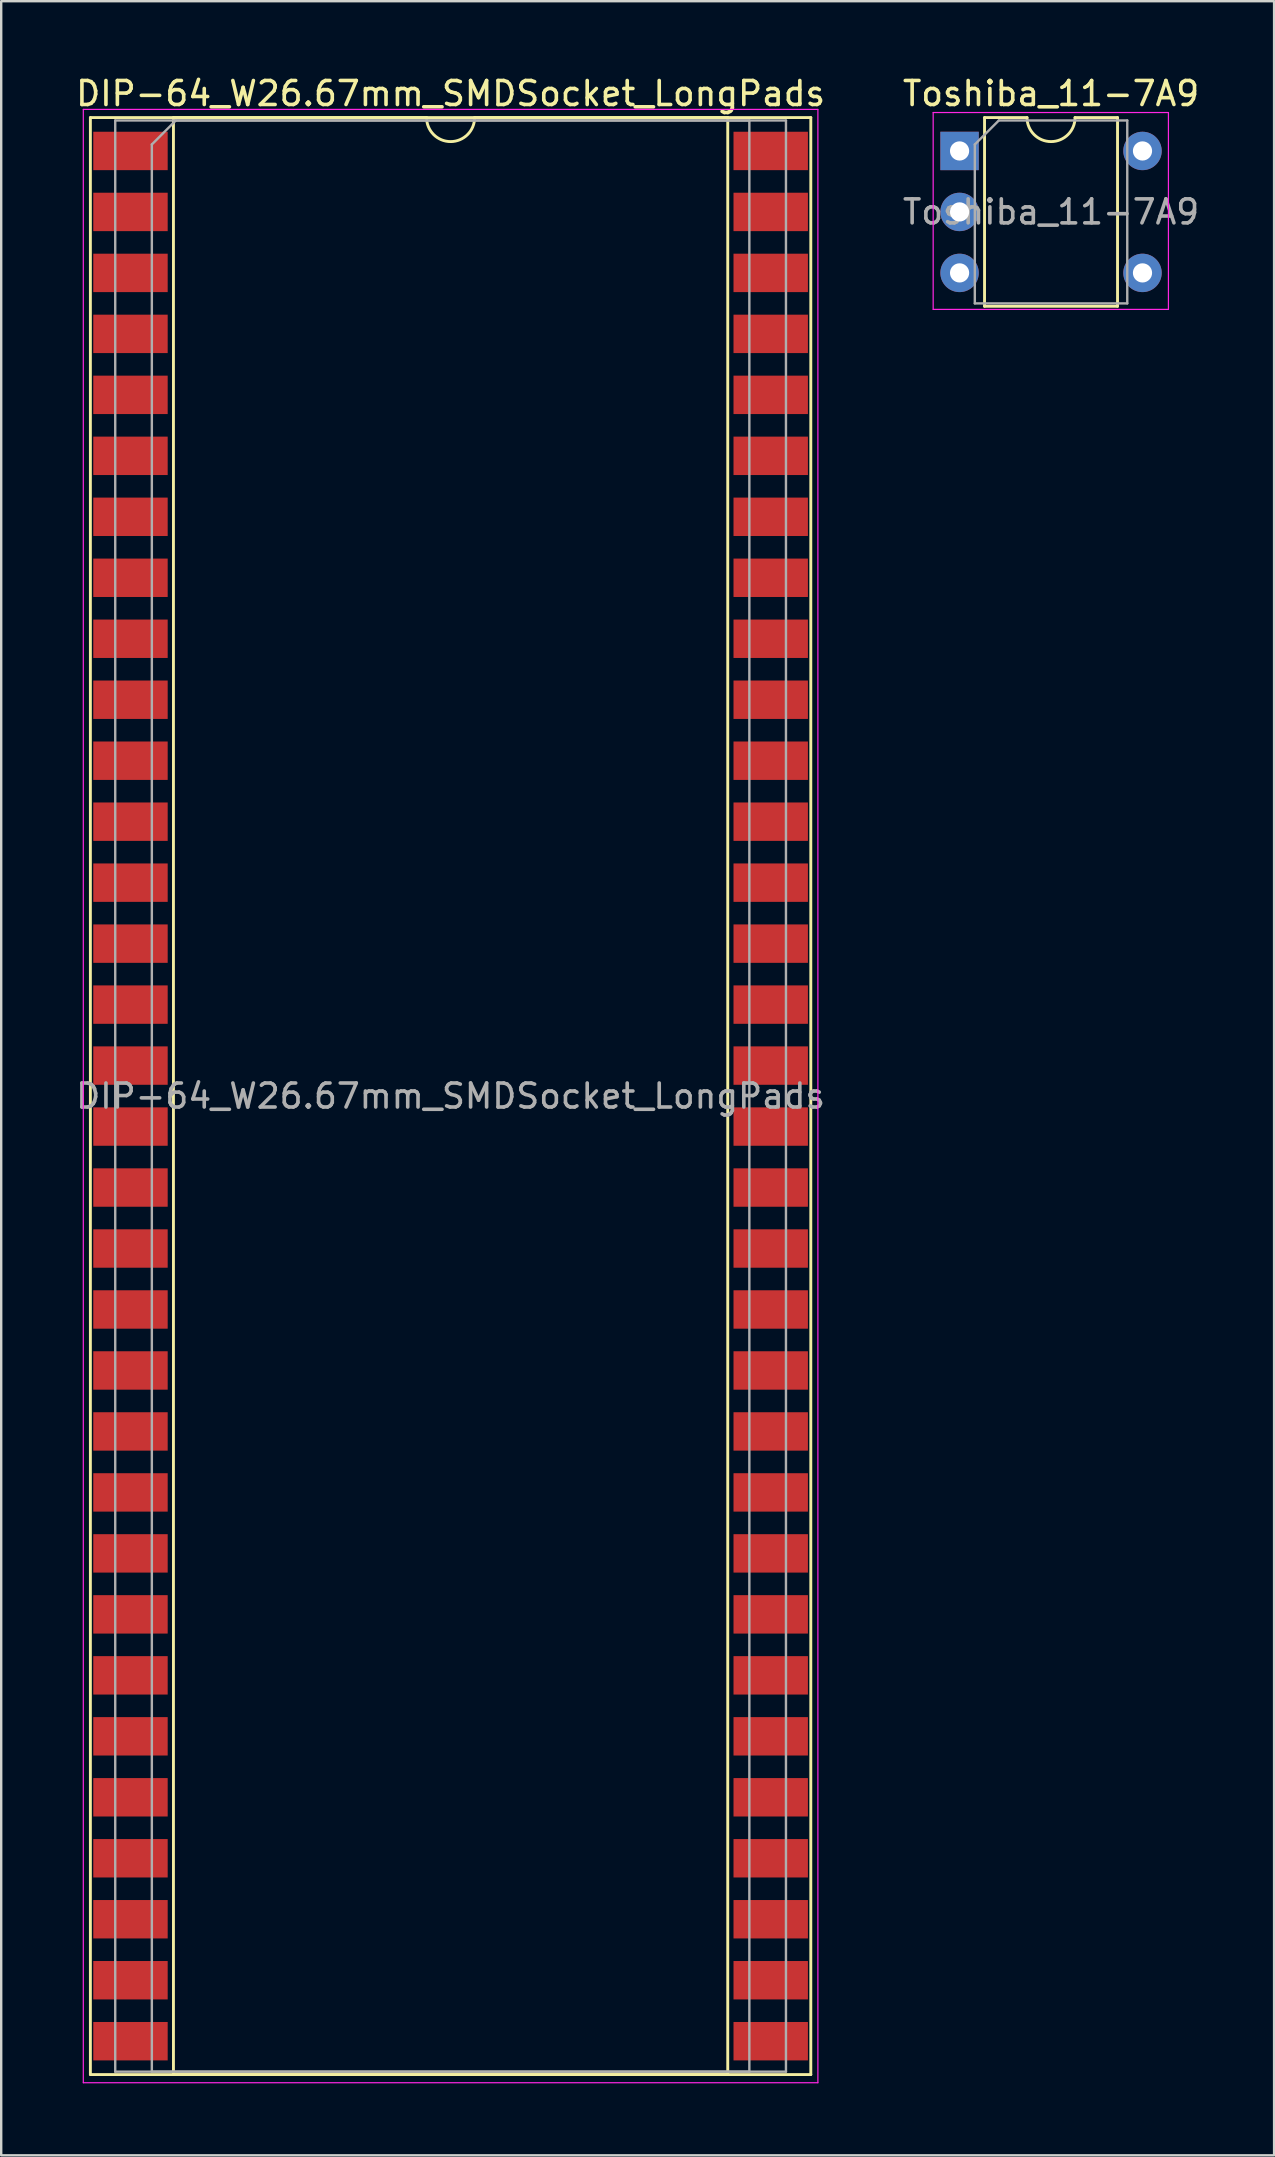
<source format=kicad_pcb>
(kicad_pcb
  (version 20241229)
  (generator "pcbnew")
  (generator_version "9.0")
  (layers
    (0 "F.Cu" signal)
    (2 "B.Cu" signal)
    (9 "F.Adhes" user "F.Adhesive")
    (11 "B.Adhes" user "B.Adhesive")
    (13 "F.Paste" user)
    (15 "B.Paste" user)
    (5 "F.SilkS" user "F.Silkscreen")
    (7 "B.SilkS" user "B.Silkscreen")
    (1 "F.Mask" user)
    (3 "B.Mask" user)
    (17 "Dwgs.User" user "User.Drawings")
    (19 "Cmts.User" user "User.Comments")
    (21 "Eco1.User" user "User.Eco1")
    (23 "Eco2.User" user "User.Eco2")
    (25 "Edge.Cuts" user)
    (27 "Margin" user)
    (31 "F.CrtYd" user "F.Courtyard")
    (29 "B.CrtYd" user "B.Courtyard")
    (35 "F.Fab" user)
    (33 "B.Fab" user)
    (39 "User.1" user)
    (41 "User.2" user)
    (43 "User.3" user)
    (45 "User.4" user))
  (footprint "Toshiba_11-7A9"
    (layer "F.Cu")
    (at 36.922 3.238)
    (property "Reference" "Toshiba_11-7A9" (at 3.81 -2.39 0) (layer "F.SilkS") (effects (font (size 1 1) (thickness 0.15))))
    (attr through_hole)
    (fp_line (start 1.04 -1.39) (end 1.04 6.47) (stroke (width 0.12) (type solid)) (layer "F.SilkS"))
    (fp_line (start 1.04 6.47) (end 6.58 6.47) (stroke (width 0.12) (type solid)) (layer "F.SilkS"))
    (fp_line (start 2.81 -1.39) (end 1.04 -1.39) (stroke (width 0.12) (type solid)) (layer "F.SilkS"))
    (fp_line (start 6.58 -1.39) (end 4.81 -1.39) (stroke (width 0.12) (type solid)) (layer "F.SilkS"))
    (fp_line (start 6.58 6.47) (end 6.58 -1.39) (stroke (width 0.12) (type solid)) (layer "F.SilkS"))
    (fp_arc (start 4.81 -1.39) (mid 3.81 -0.39) (end 2.81 -1.39) (stroke (width 0.12) (type solid)) (layer "F.SilkS"))
    (fp_line (start -1.1 -1.6) (end -1.1 6.6) (stroke (width 0.05) (type solid)) (layer "F.CrtYd"))
    (fp_line (start -1.1 6.6) (end 8.7 6.6) (stroke (width 0.05) (type solid)) (layer "F.CrtYd"))
    (fp_line (start 8.7 -1.6) (end -1.1 -1.6) (stroke (width 0.05) (type solid)) (layer "F.CrtYd"))
    (fp_line (start 8.7 6.6) (end 8.7 -1.6) (stroke (width 0.05) (type solid)) (layer "F.CrtYd"))
    (fp_line (start 0.635 -0.27) (end 1.635 -1.27) (stroke (width 0.1) (type solid)) (layer "F.Fab"))
    (fp_line (start 0.635 6.35) (end 0.635 -0.27) (stroke (width 0.1) (type solid)) (layer "F.Fab"))
    (fp_line (start 1.635 -1.27) (end 6.985 -1.27) (stroke (width 0.1) (type solid)) (layer "F.Fab"))
    (fp_line (start 6.985 -1.27) (end 6.985 6.35) (stroke (width 0.1) (type solid)) (layer "F.Fab"))
    (fp_line (start 6.985 6.35) (end 0.635 6.35) (stroke (width 0.1) (type solid)) (layer "F.Fab"))
    (fp_text user "${REFERENCE}" (at 3.81 2.54 0) (layer "F.Fab") (effects (font (size 1 1) (thickness 0.15))))
    (pad "1" thru_hole rect (at 0 0) (size 1.6 1.6) (drill 0.8) (layers "*.Cu" "*.Mask"))
    (pad "2" thru_hole oval (at 0 2.54) (size 1.6 1.6) (drill 0.8) (layers "*.Cu" "*.Mask"))
    (pad "3" thru_hole oval (at 0 5.08) (size 1.6 1.6) (drill 0.8) (layers "*.Cu" "*.Mask"))
    (pad "4" thru_hole oval (at 7.62 5.08) (size 1.6 1.6) (drill 0.8) (layers "*.Cu" "*.Mask"))
    (pad "6" thru_hole oval (at 7.62 0) (size 1.6 1.6) (drill 0.8) (layers "*.Cu" "*.Mask")))
  (footprint "DIP-64_W26.67mm_SMDSocket_LongPads"
    (layer "F.Cu")
    (at 15.72 42.608)
    (property "Reference" "DIP-64_W26.67mm_SMDSocket_LongPads" (at 0 -41.76 0) (layer "F.SilkS") (effects (font (size 1 1) (thickness 0.15))))
    (attr smd)
    (fp_line (start -15.005 -40.76) (end -15.005 40.76) (stroke (width 0.12) (type solid)) (layer "F.SilkS"))
    (fp_line (start -15.005 40.76) (end 15.005 40.76) (stroke (width 0.12) (type solid)) (layer "F.SilkS"))
    (fp_line (start -11.545 -40.76) (end -11.545 40.76) (stroke (width 0.12) (type solid)) (layer "F.SilkS"))
    (fp_line (start -11.545 40.76) (end 11.545 40.76) (stroke (width 0.12) (type solid)) (layer "F.SilkS"))
    (fp_line (start -1 -40.76) (end -11.545 -40.76) (stroke (width 0.12) (type solid)) (layer "F.SilkS"))
    (fp_line (start 11.545 -40.76) (end 1 -40.76) (stroke (width 0.12) (type solid)) (layer "F.SilkS"))
    (fp_line (start 11.545 40.76) (end 11.545 -40.76) (stroke (width 0.12) (type solid)) (layer "F.SilkS"))
    (fp_line (start 15.005 -40.76) (end -15.005 -40.76) (stroke (width 0.12) (type solid)) (layer "F.SilkS"))
    (fp_line (start 15.005 40.76) (end 15.005 -40.76) (stroke (width 0.12) (type solid)) (layer "F.SilkS"))
    (fp_arc (start 1 -40.76) (mid 0 -39.76) (end -1 -40.76) (stroke (width 0.12) (type solid)) (layer "F.SilkS"))
    (fp_line (start -15.3 -41.1) (end -15.3 41.1) (stroke (width 0.05) (type solid)) (layer "F.CrtYd"))
    (fp_line (start -15.3 41.1) (end 15.3 41.1) (stroke (width 0.05) (type solid)) (layer "F.CrtYd"))
    (fp_line (start 15.3 -41.1) (end -15.3 -41.1) (stroke (width 0.05) (type solid)) (layer "F.CrtYd"))
    (fp_line (start 15.3 41.1) (end 15.3 -41.1) (stroke (width 0.05) (type solid)) (layer "F.CrtYd"))
    (fp_line (start -13.97 -40.64) (end -13.97 40.64) (stroke (width 0.1) (type solid)) (layer "F.Fab"))
    (fp_line (start -13.97 40.64) (end 13.97 40.64) (stroke (width 0.1) (type solid)) (layer "F.Fab"))
    (fp_line (start -12.445 -39.64) (end -11.445 -40.64) (stroke (width 0.1) (type solid)) (layer "F.Fab"))
    (fp_line (start -12.445 40.64) (end -12.445 -39.64) (stroke (width 0.1) (type solid)) (layer "F.Fab"))
    (fp_line (start -11.445 -40.64) (end 12.445 -40.64) (stroke (width 0.1) (type solid)) (layer "F.Fab"))
    (fp_line (start 12.445 -40.64) (end 12.445 40.64) (stroke (width 0.1) (type solid)) (layer "F.Fab"))
    (fp_line (start 12.445 40.64) (end -12.445 40.64) (stroke (width 0.1) (type solid)) (layer "F.Fab"))
    (fp_line (start 13.97 -40.64) (end -13.97 -40.64) (stroke (width 0.1) (type solid)) (layer "F.Fab"))
    (fp_line (start 13.97 40.64) (end 13.97 -40.64) (stroke (width 0.1) (type solid)) (layer "F.Fab"))
    (fp_text user "${REFERENCE}" (at 0 0 0) (layer "F.Fab") (effects (font (size 1 1) (thickness 0.15))))
    (pad "1" smd rect (at -13.335 -39.37) (size 3.1 1.6) (layers "F.Cu" "F.Mask" "F.Paste"))
    (pad "2" smd rect (at -13.335 -36.83) (size 3.1 1.6) (layers "F.Cu" "F.Mask" "F.Paste"))
    (pad "3" smd rect (at -13.335 -34.29) (size 3.1 1.6) (layers "F.Cu" "F.Mask" "F.Paste"))
    (pad "4" smd rect (at -13.335 -31.75) (size 3.1 1.6) (layers "F.Cu" "F.Mask" "F.Paste"))
    (pad "5" smd rect (at -13.335 -29.21) (size 3.1 1.6) (layers "F.Cu" "F.Mask" "F.Paste"))
    (pad "6" smd rect (at -13.335 -26.67) (size 3.1 1.6) (layers "F.Cu" "F.Mask" "F.Paste"))
    (pad "7" smd rect (at -13.335 -24.13) (size 3.1 1.6) (layers "F.Cu" "F.Mask" "F.Paste"))
    (pad "8" smd rect (at -13.335 -21.59) (size 3.1 1.6) (layers "F.Cu" "F.Mask" "F.Paste"))
    (pad "9" smd rect (at -13.335 -19.05) (size 3.1 1.6) (layers "F.Cu" "F.Mask" "F.Paste"))
    (pad "10" smd rect (at -13.335 -16.51) (size 3.1 1.6) (layers "F.Cu" "F.Mask" "F.Paste"))
    (pad "11" smd rect (at -13.335 -13.97) (size 3.1 1.6) (layers "F.Cu" "F.Mask" "F.Paste"))
    (pad "12" smd rect (at -13.335 -11.43) (size 3.1 1.6) (layers "F.Cu" "F.Mask" "F.Paste"))
    (pad "13" smd rect (at -13.335 -8.89) (size 3.1 1.6) (layers "F.Cu" "F.Mask" "F.Paste"))
    (pad "14" smd rect (at -13.335 -6.35) (size 3.1 1.6) (layers "F.Cu" "F.Mask" "F.Paste"))
    (pad "15" smd rect (at -13.335 -3.81) (size 3.1 1.6) (layers "F.Cu" "F.Mask" "F.Paste"))
    (pad "16" smd rect (at -13.335 -1.27) (size 3.1 1.6) (layers "F.Cu" "F.Mask" "F.Paste"))
    (pad "17" smd rect (at -13.335 1.27) (size 3.1 1.6) (layers "F.Cu" "F.Mask" "F.Paste"))
    (pad "18" smd rect (at -13.335 3.81) (size 3.1 1.6) (layers "F.Cu" "F.Mask" "F.Paste"))
    (pad "19" smd rect (at -13.335 6.35) (size 3.1 1.6) (layers "F.Cu" "F.Mask" "F.Paste"))
    (pad "20" smd rect (at -13.335 8.89) (size 3.1 1.6) (layers "F.Cu" "F.Mask" "F.Paste"))
    (pad "21" smd rect (at -13.335 11.43) (size 3.1 1.6) (layers "F.Cu" "F.Mask" "F.Paste"))
    (pad "22" smd rect (at -13.335 13.97) (size 3.1 1.6) (layers "F.Cu" "F.Mask" "F.Paste"))
    (pad "23" smd rect (at -13.335 16.51) (size 3.1 1.6) (layers "F.Cu" "F.Mask" "F.Paste"))
    (pad "24" smd rect (at -13.335 19.05) (size 3.1 1.6) (layers "F.Cu" "F.Mask" "F.Paste"))
    (pad "25" smd rect (at -13.335 21.59) (size 3.1 1.6) (layers "F.Cu" "F.Mask" "F.Paste"))
    (pad "26" smd rect (at -13.335 24.13) (size 3.1 1.6) (layers "F.Cu" "F.Mask" "F.Paste"))
    (pad "27" smd rect (at -13.335 26.67) (size 3.1 1.6) (layers "F.Cu" "F.Mask" "F.Paste"))
    (pad "28" smd rect (at -13.335 29.21) (size 3.1 1.6) (layers "F.Cu" "F.Mask" "F.Paste"))
    (pad "29" smd rect (at -13.335 31.75) (size 3.1 1.6) (layers "F.Cu" "F.Mask" "F.Paste"))
    (pad "30" smd rect (at -13.335 34.29) (size 3.1 1.6) (layers "F.Cu" "F.Mask" "F.Paste"))
    (pad "31" smd rect (at -13.335 36.83) (size 3.1 1.6) (layers "F.Cu" "F.Mask" "F.Paste"))
    (pad "32" smd rect (at -13.335 39.37) (size 3.1 1.6) (layers "F.Cu" "F.Mask" "F.Paste"))
    (pad "33" smd rect (at 13.335 39.37) (size 3.1 1.6) (layers "F.Cu" "F.Mask" "F.Paste"))
    (pad "34" smd rect (at 13.335 36.83) (size 3.1 1.6) (layers "F.Cu" "F.Mask" "F.Paste"))
    (pad "35" smd rect (at 13.335 34.29) (size 3.1 1.6) (layers "F.Cu" "F.Mask" "F.Paste"))
    (pad "36" smd rect (at 13.335 31.75) (size 3.1 1.6) (layers "F.Cu" "F.Mask" "F.Paste"))
    (pad "37" smd rect (at 13.335 29.21) (size 3.1 1.6) (layers "F.Cu" "F.Mask" "F.Paste"))
    (pad "38" smd rect (at 13.335 26.67) (size 3.1 1.6) (layers "F.Cu" "F.Mask" "F.Paste"))
    (pad "39" smd rect (at 13.335 24.13) (size 3.1 1.6) (layers "F.Cu" "F.Mask" "F.Paste"))
    (pad "40" smd rect (at 13.335 21.59) (size 3.1 1.6) (layers "F.Cu" "F.Mask" "F.Paste"))
    (pad "41" smd rect (at 13.335 19.05) (size 3.1 1.6) (layers "F.Cu" "F.Mask" "F.Paste"))
    (pad "42" smd rect (at 13.335 16.51) (size 3.1 1.6) (layers "F.Cu" "F.Mask" "F.Paste"))
    (pad "43" smd rect (at 13.335 13.97) (size 3.1 1.6) (layers "F.Cu" "F.Mask" "F.Paste"))
    (pad "44" smd rect (at 13.335 11.43) (size 3.1 1.6) (layers "F.Cu" "F.Mask" "F.Paste"))
    (pad "45" smd rect (at 13.335 8.89) (size 3.1 1.6) (layers "F.Cu" "F.Mask" "F.Paste"))
    (pad "46" smd rect (at 13.335 6.35) (size 3.1 1.6) (layers "F.Cu" "F.Mask" "F.Paste"))
    (pad "47" smd rect (at 13.335 3.81) (size 3.1 1.6) (layers "F.Cu" "F.Mask" "F.Paste"))
    (pad "48" smd rect (at 13.335 1.27) (size 3.1 1.6) (layers "F.Cu" "F.Mask" "F.Paste"))
    (pad "49" smd rect (at 13.335 -1.27) (size 3.1 1.6) (layers "F.Cu" "F.Mask" "F.Paste"))
    (pad "50" smd rect (at 13.335 -3.81) (size 3.1 1.6) (layers "F.Cu" "F.Mask" "F.Paste"))
    (pad "51" smd rect (at 13.335 -6.35) (size 3.1 1.6) (layers "F.Cu" "F.Mask" "F.Paste"))
    (pad "52" smd rect (at 13.335 -8.89) (size 3.1 1.6) (layers "F.Cu" "F.Mask" "F.Paste"))
    (pad "53" smd rect (at 13.335 -11.43) (size 3.1 1.6) (layers "F.Cu" "F.Mask" "F.Paste"))
    (pad "54" smd rect (at 13.335 -13.97) (size 3.1 1.6) (layers "F.Cu" "F.Mask" "F.Paste"))
    (pad "55" smd rect (at 13.335 -16.51) (size 3.1 1.6) (layers "F.Cu" "F.Mask" "F.Paste"))
    (pad "56" smd rect (at 13.335 -19.05) (size 3.1 1.6) (layers "F.Cu" "F.Mask" "F.Paste"))
    (pad "57" smd rect (at 13.335 -21.59) (size 3.1 1.6) (layers "F.Cu" "F.Mask" "F.Paste"))
    (pad "58" smd rect (at 13.335 -24.13) (size 3.1 1.6) (layers "F.Cu" "F.Mask" "F.Paste"))
    (pad "59" smd rect (at 13.335 -26.67) (size 3.1 1.6) (layers "F.Cu" "F.Mask" "F.Paste"))
    (pad "60" smd rect (at 13.335 -29.21) (size 3.1 1.6) (layers "F.Cu" "F.Mask" "F.Paste"))
    (pad "61" smd rect (at 13.335 -31.75) (size 3.1 1.6) (layers "F.Cu" "F.Mask" "F.Paste"))
    (pad "62" smd rect (at 13.335 -34.29) (size 3.1 1.6) (layers "F.Cu" "F.Mask" "F.Paste"))
    (pad "63" smd rect (at 13.335 -36.83) (size 3.1 1.6) (layers "F.Cu" "F.Mask" "F.Paste"))
    (pad "64" smd rect (at 13.335 -39.37) (size 3.1 1.6) (layers "F.Cu" "F.Mask" "F.Paste")))
  (gr_rect
    (start -3 -3)
    (end 50.024 86.733)
    (stroke (width 0.1) (type default))
    (fill no)
    (layer "Edge.Cuts")))
</source>
